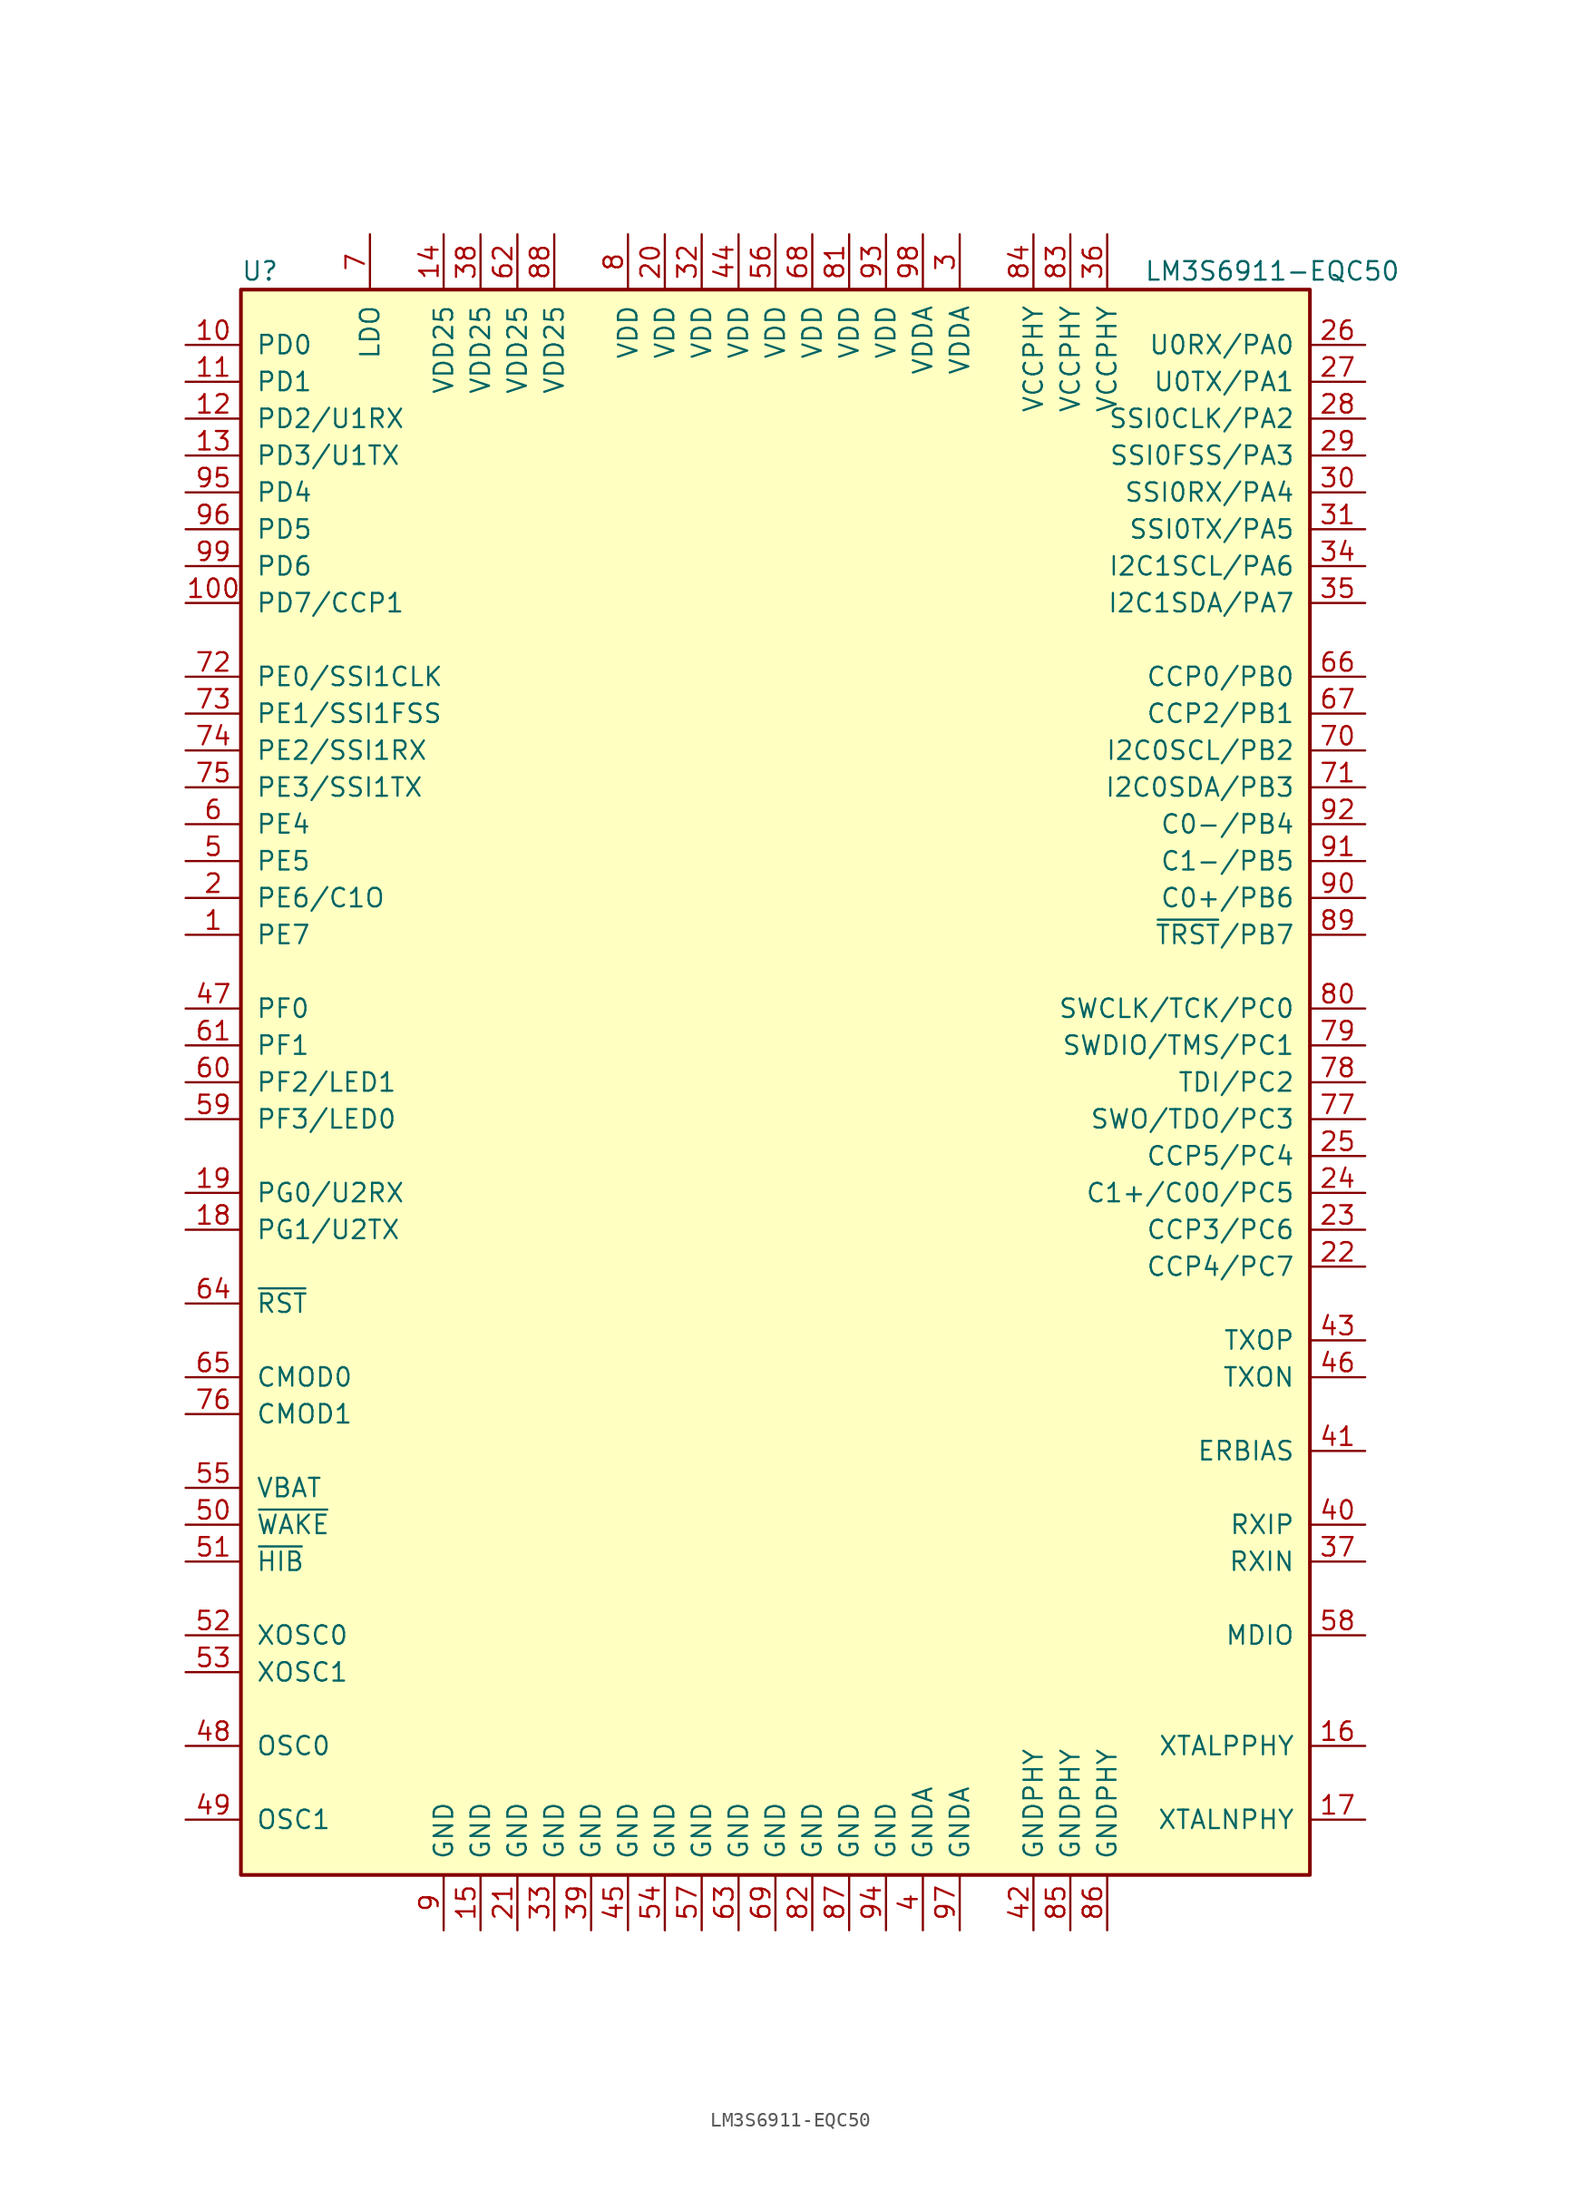
<source format=kicad_sym>
(kicad_symbol_lib
  (version 20201005)
  (generator kicad_symbol_editor)
  (symbol "MCU_Texas:LM3S6911-EQC50"
    (pin_names
      (offset 1.016))
    (property "Reference" "U"
      (at -36.83 55.88 0)
      (effects (font (size 1.27 1.27)) (justify left)))
    (property "Value" "LM3S6911-EQC50"
      (at 25.4 55.88 0)
      (effects (font (size 1.27 1.27)) (justify left)))
    (symbol "LM3S6911-EQC50_0_1"
      (rectangle (start -36.83 54.61) (end 36.83 -54.61) (stroke (width 0.254)) (fill (type background))))
    (symbol "LM3S6911-EQC50_1_1"
      (pin bidirectional line (at -40.64 10.16 0) (length 3.81) (name "PE7" (effects (font (size 1.27 1.27)))) (number "1" (effects (font (size 1.27 1.27)))))
      (pin bidirectional line (at -40.64 12.7 0) (length 3.81) (name "PE6/C1O" (effects (font (size 1.27 1.27)))) (number "2" (effects (font (size 1.27 1.27)))))
      (pin power_in line (at 12.7 58.42 270) (length 3.81) (name "VDDA" (effects (font (size 1.27 1.27)))) (number "3" (effects (font (size 1.27 1.27)))))
      (pin power_in line (at 10.16 -58.42 90) (length 3.81) (name "GNDA" (effects (font (size 1.27 1.27)))) (number "4" (effects (font (size 1.27 1.27)))))
      (pin bidirectional line (at -40.64 15.24 0) (length 3.81) (name "PE5" (effects (font (size 1.27 1.27)))) (number "5" (effects (font (size 1.27 1.27)))))
      (pin bidirectional line (at -40.64 17.78 0) (length 3.81) (name "PE4" (effects (font (size 1.27 1.27)))) (number "6" (effects (font (size 1.27 1.27)))))
      (pin passive line (at -27.94 58.42 270) (length 3.81) (name "LDO" (effects (font (size 1.27 1.27)))) (number "7" (effects (font (size 1.27 1.27)))))
      (pin power_in line (at -10.16 58.42 270) (length 3.81) (name "VDD" (effects (font (size 1.27 1.27)))) (number "8" (effects (font (size 1.27 1.27)))))
      (pin power_in line (at -22.86 -58.42 90) (length 3.81) (name "GND" (effects (font (size 1.27 1.27)))) (number "9" (effects (font (size 1.27 1.27)))))
      (pin bidirectional line (at -40.64 50.8 0) (length 3.81) (name "PD0" (effects (font (size 1.27 1.27)))) (number "10" (effects (font (size 1.27 1.27)))))
      (pin power_in line (at -7.62 58.42 270) (length 3.81) (name "VDD" (effects (font (size 1.27 1.27)))) (number "20" (effects (font (size 1.27 1.27)))))
      (pin bidirectional line (at 40.64 40.64 180) (length 3.81) (name "SSI0RX/PA4" (effects (font (size 1.27 1.27)))) (number "30" (effects (font (size 1.27 1.27)))))
      (pin passive line (at 40.64 -30.48 180) (length 3.81) (name "RXIP" (effects (font (size 1.27 1.27)))) (number "40" (effects (font (size 1.27 1.27)))))
      (pin input line (at -40.64 -30.48 0) (length 3.81) (name "~WAKE~" (effects (font (size 1.27 1.27)))) (number "50" (effects (font (size 1.27 1.27)))))
      (pin bidirectional line (at -40.64 0 0) (length 3.81) (name "PF2/LED1" (effects (font (size 1.27 1.27)))) (number "60" (effects (font (size 1.27 1.27)))))
      (pin bidirectional line (at 40.64 22.86 180) (length 3.81) (name "I2C0SCL/PB2" (effects (font (size 1.27 1.27)))) (number "70" (effects (font (size 1.27 1.27)))))
      (pin bidirectional line (at 40.64 5.08 180) (length 3.81) (name "SWCLK/TCK/PC0" (effects (font (size 1.27 1.27)))) (number "80" (effects (font (size 1.27 1.27)))))
      (pin bidirectional line (at 40.64 12.7 180) (length 3.81) (name "C0+/PB6" (effects (font (size 1.27 1.27)))) (number "90" (effects (font (size 1.27 1.27)))))
      (pin bidirectional line (at -40.64 48.26 0) (length 3.81) (name "PD1" (effects (font (size 1.27 1.27)))) (number "11" (effects (font (size 1.27 1.27)))))
      (pin power_in line (at -17.78 -58.42 90) (length 3.81) (name "GND" (effects (font (size 1.27 1.27)))) (number "21" (effects (font (size 1.27 1.27)))))
      (pin bidirectional line (at 40.64 38.1 180) (length 3.81) (name "SSI0TX/PA5" (effects (font (size 1.27 1.27)))) (number "31" (effects (font (size 1.27 1.27)))))
      (pin passive line (at 40.64 -25.4 180) (length 3.81) (name "ERBIAS" (effects (font (size 1.27 1.27)))) (number "41" (effects (font (size 1.27 1.27)))))
      (pin open_collector line (at -40.64 -33.02 0) (length 3.81) (name "~HIB~" (effects (font (size 1.27 1.27)))) (number "51" (effects (font (size 1.27 1.27)))))
      (pin bidirectional line (at -40.64 2.54 0) (length 3.81) (name "PF1" (effects (font (size 1.27 1.27)))) (number "61" (effects (font (size 1.27 1.27)))))
      (pin bidirectional line (at 40.64 20.32 180) (length 3.81) (name "I2C0SDA/PB3" (effects (font (size 1.27 1.27)))) (number "71" (effects (font (size 1.27 1.27)))))
      (pin power_in line (at 5.08 58.42 270) (length 3.81) (name "VDD" (effects (font (size 1.27 1.27)))) (number "81" (effects (font (size 1.27 1.27)))))
      (pin bidirectional line (at 40.64 15.24 180) (length 3.81) (name "C1-/PB5" (effects (font (size 1.27 1.27)))) (number "91" (effects (font (size 1.27 1.27)))))
      (pin bidirectional line (at -40.64 45.72 0) (length 3.81) (name "PD2/U1RX" (effects (font (size 1.27 1.27)))) (number "12" (effects (font (size 1.27 1.27)))))
      (pin bidirectional line (at 40.64 -12.7 180) (length 3.81) (name "CCP4/PC7" (effects (font (size 1.27 1.27)))) (number "22" (effects (font (size 1.27 1.27)))))
      (pin power_in line (at -5.08 58.42 270) (length 3.81) (name "VDD" (effects (font (size 1.27 1.27)))) (number "32" (effects (font (size 1.27 1.27)))))
      (pin power_in line (at 17.78 -58.42 90) (length 3.81) (name "GNDPHY" (effects (font (size 1.27 1.27)))) (number "42" (effects (font (size 1.27 1.27)))))
      (pin passive line (at -40.64 -38.1 0) (length 3.81) (name "XOSC0" (effects (font (size 1.27 1.27)))) (number "52" (effects (font (size 1.27 1.27)))))
      (pin power_in line (at -17.78 58.42 270) (length 3.81) (name "VDD25" (effects (font (size 1.27 1.27)))) (number "62" (effects (font (size 1.27 1.27)))))
      (pin bidirectional line (at -40.64 27.94 0) (length 3.81) (name "PE0/SSI1CLK" (effects (font (size 1.27 1.27)))) (number "72" (effects (font (size 1.27 1.27)))))
      (pin power_in line (at 2.54 -58.42 90) (length 3.81) (name "GND" (effects (font (size 1.27 1.27)))) (number "82" (effects (font (size 1.27 1.27)))))
      (pin bidirectional line (at 40.64 17.78 180) (length 3.81) (name "C0-/PB4" (effects (font (size 1.27 1.27)))) (number "92" (effects (font (size 1.27 1.27)))))
      (pin bidirectional line (at -40.64 43.18 0) (length 3.81) (name "PD3/U1TX" (effects (font (size 1.27 1.27)))) (number "13" (effects (font (size 1.27 1.27)))))
      (pin bidirectional line (at 40.64 -10.16 180) (length 3.81) (name "CCP3/PC6" (effects (font (size 1.27 1.27)))) (number "23" (effects (font (size 1.27 1.27)))))
      (pin power_in line (at -15.24 -58.42 90) (length 3.81) (name "GND" (effects (font (size 1.27 1.27)))) (number "33" (effects (font (size 1.27 1.27)))))
      (pin passive line (at 40.64 -17.78 180) (length 3.81) (name "TXOP" (effects (font (size 1.27 1.27)))) (number "43" (effects (font (size 1.27 1.27)))))
      (pin passive line (at -40.64 -40.64 0) (length 3.81) (name "XOSC1" (effects (font (size 1.27 1.27)))) (number "53" (effects (font (size 1.27 1.27)))))
      (pin power_in line (at -2.54 -58.42 90) (length 3.81) (name "GND" (effects (font (size 1.27 1.27)))) (number "63" (effects (font (size 1.27 1.27)))))
      (pin bidirectional line (at -40.64 25.4 0) (length 3.81) (name "PE1/SSI1FSS" (effects (font (size 1.27 1.27)))) (number "73" (effects (font (size 1.27 1.27)))))
      (pin power_in line (at 20.32 58.42 270) (length 3.81) (name "VCCPHY" (effects (font (size 1.27 1.27)))) (number "83" (effects (font (size 1.27 1.27)))))
      (pin power_in line (at 7.62 58.42 270) (length 3.81) (name "VDD" (effects (font (size 1.27 1.27)))) (number "93" (effects (font (size 1.27 1.27)))))
      (pin power_in line (at -22.86 58.42 270) (length 3.81) (name "VDD25" (effects (font (size 1.27 1.27)))) (number "14" (effects (font (size 1.27 1.27)))))
      (pin bidirectional line (at 40.64 -7.62 180) (length 3.81) (name "C1+/C0O/PC5" (effects (font (size 1.27 1.27)))) (number "24" (effects (font (size 1.27 1.27)))))
      (pin bidirectional line (at 40.64 35.56 180) (length 3.81) (name "I2C1SCL/PA6" (effects (font (size 1.27 1.27)))) (number "34" (effects (font (size 1.27 1.27)))))
      (pin power_in line (at -2.54 58.42 270) (length 3.81) (name "VDD" (effects (font (size 1.27 1.27)))) (number "44" (effects (font (size 1.27 1.27)))))
      (pin power_in line (at -7.62 -58.42 90) (length 3.81) (name "GND" (effects (font (size 1.27 1.27)))) (number "54" (effects (font (size 1.27 1.27)))))
      (pin input line (at -40.64 -15.24 0) (length 3.81) (name "~RST~" (effects (font (size 1.27 1.27)))) (number "64" (effects (font (size 1.27 1.27)))))
      (pin bidirectional line (at -40.64 22.86 0) (length 3.81) (name "PE2/SSI1RX" (effects (font (size 1.27 1.27)))) (number "74" (effects (font (size 1.27 1.27)))))
      (pin power_in line (at 17.78 58.42 270) (length 3.81) (name "VCCPHY" (effects (font (size 1.27 1.27)))) (number "84" (effects (font (size 1.27 1.27)))))
      (pin power_in line (at 7.62 -58.42 90) (length 3.81) (name "GND" (effects (font (size 1.27 1.27)))) (number "94" (effects (font (size 1.27 1.27)))))
      (pin power_in line (at -20.32 -58.42 90) (length 3.81) (name "GND" (effects (font (size 1.27 1.27)))) (number "15" (effects (font (size 1.27 1.27)))))
      (pin bidirectional line (at 40.64 -5.08 180) (length 3.81) (name "CCP5/PC4" (effects (font (size 1.27 1.27)))) (number "25" (effects (font (size 1.27 1.27)))))
      (pin bidirectional line (at 40.64 33.02 180) (length 3.81) (name "I2C1SDA/PA7" (effects (font (size 1.27 1.27)))) (number "35" (effects (font (size 1.27 1.27)))))
      (pin power_in line (at -10.16 -58.42 90) (length 3.81) (name "GND" (effects (font (size 1.27 1.27)))) (number "45" (effects (font (size 1.27 1.27)))))
      (pin passive line (at -40.64 -27.94 0) (length 3.81) (name "VBAT" (effects (font (size 1.27 1.27)))) (number "55" (effects (font (size 1.27 1.27)))))
      (pin input line (at -40.64 -20.32 0) (length 3.81) (name "CMOD0" (effects (font (size 1.27 1.27)))) (number "65" (effects (font (size 1.27 1.27)))))
      (pin bidirectional line (at -40.64 20.32 0) (length 3.81) (name "PE3/SSI1TX" (effects (font (size 1.27 1.27)))) (number "75" (effects (font (size 1.27 1.27)))))
      (pin power_in line (at 20.32 -58.42 90) (length 3.81) (name "GNDPHY" (effects (font (size 1.27 1.27)))) (number "85" (effects (font (size 1.27 1.27)))))
      (pin bidirectional line (at -40.64 40.64 0) (length 3.81) (name "PD4" (effects (font (size 1.27 1.27)))) (number "95" (effects (font (size 1.27 1.27)))))
      (pin passive line (at 40.64 -45.72 180) (length 3.81) (name "XTALPPHY" (effects (font (size 1.27 1.27)))) (number "16" (effects (font (size 1.27 1.27)))))
      (pin bidirectional line (at 40.64 50.8 180) (length 3.81) (name "U0RX/PA0" (effects (font (size 1.27 1.27)))) (number "26" (effects (font (size 1.27 1.27)))))
      (pin power_in line (at 22.86 58.42 270) (length 3.81) (name "VCCPHY" (effects (font (size 1.27 1.27)))) (number "36" (effects (font (size 1.27 1.27)))))
      (pin passive line (at 40.64 -20.32 180) (length 3.81) (name "TXON" (effects (font (size 1.27 1.27)))) (number "46" (effects (font (size 1.27 1.27)))))
      (pin power_in line (at 0 58.42 270) (length 3.81) (name "VDD" (effects (font (size 1.27 1.27)))) (number "56" (effects (font (size 1.27 1.27)))))
      (pin bidirectional line (at 40.64 27.94 180) (length 3.81) (name "CCP0/PB0" (effects (font (size 1.27 1.27)))) (number "66" (effects (font (size 1.27 1.27)))))
      (pin input line (at -40.64 -22.86 0) (length 3.81) (name "CMOD1" (effects (font (size 1.27 1.27)))) (number "76" (effects (font (size 1.27 1.27)))))
      (pin power_in line (at 22.86 -58.42 90) (length 3.81) (name "GNDPHY" (effects (font (size 1.27 1.27)))) (number "86" (effects (font (size 1.27 1.27)))))
      (pin bidirectional line (at -40.64 38.1 0) (length 3.81) (name "PD5" (effects (font (size 1.27 1.27)))) (number "96" (effects (font (size 1.27 1.27)))))
      (pin passive line (at 40.64 -50.8 180) (length 3.81) (name "XTALNPHY" (effects (font (size 1.27 1.27)))) (number "17" (effects (font (size 1.27 1.27)))))
      (pin bidirectional line (at 40.64 48.26 180) (length 3.81) (name "U0TX/PA1" (effects (font (size 1.27 1.27)))) (number "27" (effects (font (size 1.27 1.27)))))
      (pin passive line (at 40.64 -33.02 180) (length 3.81) (name "RXIN" (effects (font (size 1.27 1.27)))) (number "37" (effects (font (size 1.27 1.27)))))
      (pin bidirectional line (at -40.64 5.08 0) (length 3.81) (name "PF0" (effects (font (size 1.27 1.27)))) (number "47" (effects (font (size 1.27 1.27)))))
      (pin power_in line (at -5.08 -58.42 90) (length 3.81) (name "GND" (effects (font (size 1.27 1.27)))) (number "57" (effects (font (size 1.27 1.27)))))
      (pin bidirectional line (at 40.64 25.4 180) (length 3.81) (name "CCP2/PB1" (effects (font (size 1.27 1.27)))) (number "67" (effects (font (size 1.27 1.27)))))
      (pin bidirectional line (at 40.64 -2.54 180) (length 3.81) (name "SWO/TDO/PC3" (effects (font (size 1.27 1.27)))) (number "77" (effects (font (size 1.27 1.27)))))
      (pin power_in line (at 5.08 -58.42 90) (length 3.81) (name "GND" (effects (font (size 1.27 1.27)))) (number "87" (effects (font (size 1.27 1.27)))))
      (pin power_in line (at 12.7 -58.42 90) (length 3.81) (name "GNDA" (effects (font (size 1.27 1.27)))) (number "97" (effects (font (size 1.27 1.27)))))
      (pin bidirectional line (at -40.64 -10.16 0) (length 3.81) (name "PG1/U2TX" (effects (font (size 1.27 1.27)))) (number "18" (effects (font (size 1.27 1.27)))))
      (pin bidirectional line (at 40.64 45.72 180) (length 3.81) (name "SSI0CLK/PA2" (effects (font (size 1.27 1.27)))) (number "28" (effects (font (size 1.27 1.27)))))
      (pin power_in line (at -20.32 58.42 270) (length 3.81) (name "VDD25" (effects (font (size 1.27 1.27)))) (number "38" (effects (font (size 1.27 1.27)))))
      (pin passive line (at -40.64 -45.72 0) (length 3.81) (name "OSC0" (effects (font (size 1.27 1.27)))) (number "48" (effects (font (size 1.27 1.27)))))
      (pin input line (at 40.64 -38.1 180) (length 3.81) (name "MDIO" (effects (font (size 1.27 1.27)))) (number "58" (effects (font (size 1.27 1.27)))))
      (pin power_in line (at 2.54 58.42 270) (length 3.81) (name "VDD" (effects (font (size 1.27 1.27)))) (number "68" (effects (font (size 1.27 1.27)))))
      (pin bidirectional line (at 40.64 0 180) (length 3.81) (name "TDI/PC2" (effects (font (size 1.27 1.27)))) (number "78" (effects (font (size 1.27 1.27)))))
      (pin power_in line (at -15.24 58.42 270) (length 3.81) (name "VDD25" (effects (font (size 1.27 1.27)))) (number "88" (effects (font (size 1.27 1.27)))))
      (pin power_in line (at 10.16 58.42 270) (length 3.81) (name "VDDA" (effects (font (size 1.27 1.27)))) (number "98" (effects (font (size 1.27 1.27)))))
      (pin bidirectional line (at -40.64 -7.62 0) (length 3.81) (name "PG0/U2RX" (effects (font (size 1.27 1.27)))) (number "19" (effects (font (size 1.27 1.27)))))
      (pin bidirectional line (at 40.64 43.18 180) (length 3.81) (name "SSI0FSS/PA3" (effects (font (size 1.27 1.27)))) (number "29" (effects (font (size 1.27 1.27)))))
      (pin power_in line (at -12.7 -58.42 90) (length 3.81) (name "GND" (effects (font (size 1.27 1.27)))) (number "39" (effects (font (size 1.27 1.27)))))
      (pin passive line (at -40.64 -50.8 0) (length 3.81) (name "OSC1" (effects (font (size 1.27 1.27)))) (number "49" (effects (font (size 1.27 1.27)))))
      (pin bidirectional line (at -40.64 -2.54 0) (length 3.81) (name "PF3/LED0" (effects (font (size 1.27 1.27)))) (number "59" (effects (font (size 1.27 1.27)))))
      (pin power_in line (at 0 -58.42 90) (length 3.81) (name "GND" (effects (font (size 1.27 1.27)))) (number "69" (effects (font (size 1.27 1.27)))))
      (pin bidirectional line (at 40.64 2.54 180) (length 3.81) (name "SWDIO/TMS/PC1" (effects (font (size 1.27 1.27)))) (number "79" (effects (font (size 1.27 1.27)))))
      (pin bidirectional line (at 40.64 10.16 180) (length 3.81) (name "~TRST~/PB7" (effects (font (size 1.27 1.27)))) (number "89" (effects (font (size 1.27 1.27)))))
      (pin bidirectional line (at -40.64 35.56 0) (length 3.81) (name "PD6" (effects (font (size 1.27 1.27)))) (number "99" (effects (font (size 1.27 1.27)))))
      (pin bidirectional line (at -40.64 33.02 0) (length 3.81) (name "PD7/CCP1" (effects (font (size 1.27 1.27)))) (number "100" (effects (font (size 1.27 1.27))))))))
</source>
